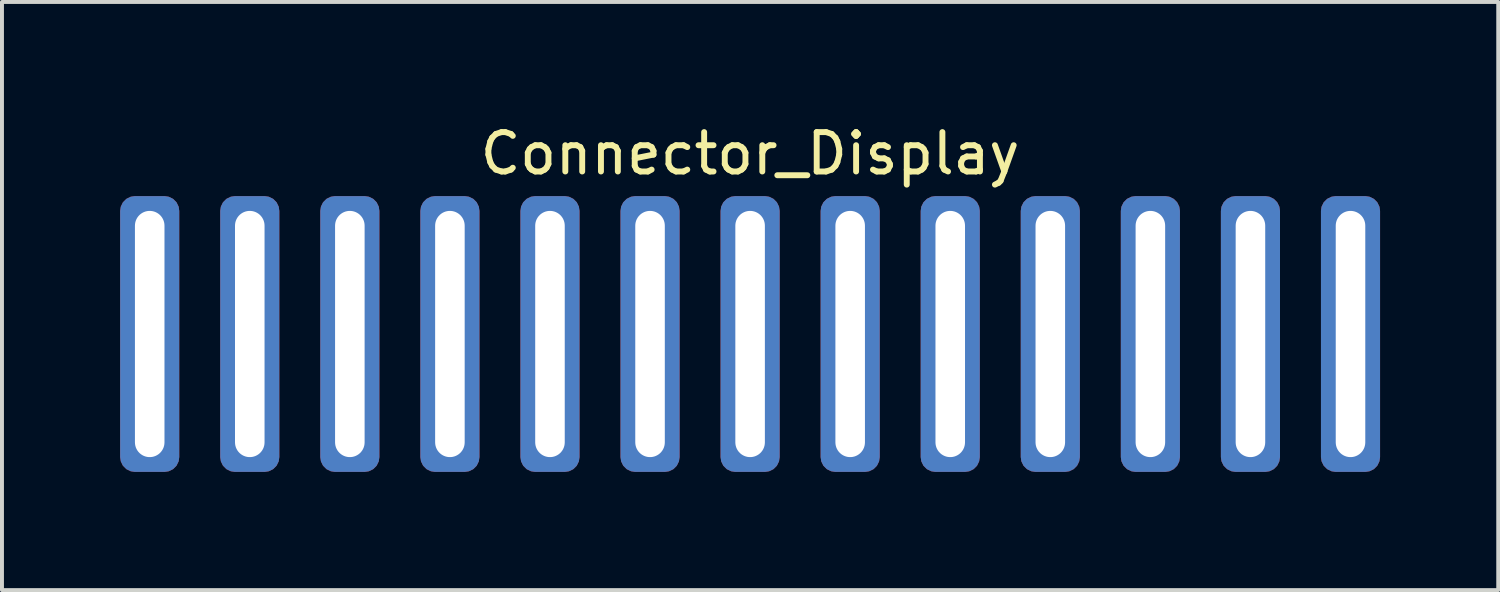
<source format=kicad_pcb>
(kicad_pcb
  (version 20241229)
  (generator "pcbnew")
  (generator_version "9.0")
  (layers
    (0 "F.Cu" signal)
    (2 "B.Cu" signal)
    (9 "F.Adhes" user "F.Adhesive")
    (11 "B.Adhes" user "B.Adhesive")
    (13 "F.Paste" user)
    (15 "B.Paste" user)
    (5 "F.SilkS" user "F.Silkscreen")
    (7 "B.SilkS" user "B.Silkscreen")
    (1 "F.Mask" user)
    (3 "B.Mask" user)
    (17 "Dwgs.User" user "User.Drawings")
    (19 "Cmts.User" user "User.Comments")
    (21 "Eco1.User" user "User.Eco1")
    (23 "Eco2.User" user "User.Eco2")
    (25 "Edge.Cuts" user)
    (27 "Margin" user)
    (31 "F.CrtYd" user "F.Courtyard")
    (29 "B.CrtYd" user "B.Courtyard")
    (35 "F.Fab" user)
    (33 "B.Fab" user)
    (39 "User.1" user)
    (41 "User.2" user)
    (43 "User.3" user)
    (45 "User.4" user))
  (footprint "Connector_Display"
    (layer "F.Cu")
    (at 15.99 5.428)
    (property "Reference" "Connector_Display" (at 0 -4.58 0) (layer "F.SilkS") (effects (font (size 1 1) (thickness 0.15))))
    (attr through_hole)
    (pad "1" thru_hole roundrect (at -15.24 0) (size 1.5 7) (drill oval 0.75 6.25) (layers "*.Cu" "*.Mask") (roundrect_rratio 0.25))
    (pad "2" thru_hole roundrect (at -12.7 0) (size 1.5 7) (drill oval 0.75 6.25) (layers "*.Cu" "*.Mask") (roundrect_rratio 0.25))
    (pad "3" thru_hole roundrect (at -10.16 0) (size 1.5 7) (drill oval 0.75 6.25) (layers "*.Cu" "*.Mask") (roundrect_rratio 0.25))
    (pad "4" thru_hole roundrect (at -7.62 0) (size 1.5 7) (drill oval 0.75 6.25) (layers "*.Cu" "*.Mask") (roundrect_rratio 0.25))
    (pad "5" thru_hole roundrect (at -5.08 0) (size 1.5 7) (drill oval 0.75 6.25) (layers "*.Cu" "*.Mask") (roundrect_rratio 0.25))
    (pad "6" thru_hole roundrect (at -2.54 0) (size 1.5 7) (drill oval 0.75 6.25) (layers "*.Cu" "*.Mask") (roundrect_rratio 0.25))
    (pad "7" thru_hole roundrect (at 0 0) (size 1.5 7) (drill oval 0.75 6.25) (layers "*.Cu" "*.Mask") (roundrect_rratio 0.25))
    (pad "8" thru_hole roundrect (at 2.54 0) (size 1.5 7) (drill oval 0.75 6.25) (layers "*.Cu" "*.Mask") (roundrect_rratio 0.25))
    (pad "9" thru_hole roundrect (at 5.08 0) (size 1.5 7) (drill oval 0.75 6.25) (layers "*.Cu" "*.Mask") (roundrect_rratio 0.25))
    (pad "10" thru_hole roundrect (at 7.62 0) (size 1.5 7) (drill oval 0.75 6.25) (layers "*.Cu" "*.Mask") (roundrect_rratio 0.25))
    (pad "11" thru_hole roundrect (at 10.16 0) (size 1.5 7) (drill oval 0.75 6.25) (layers "*.Cu" "*.Mask") (roundrect_rratio 0.25))
    (pad "12" thru_hole roundrect (at 12.7 0) (size 1.5 7) (drill oval 0.75 6.25) (layers "*.Cu" "*.Mask") (roundrect_rratio 0.25))
    (pad "13" thru_hole roundrect (at 15.24 0) (size 1.5 7) (drill oval 0.75 6.25) (layers "*.Cu" "*.Mask") (roundrect_rratio 0.25)))
  (gr_rect
    (start -3 -3)
    (end 34.98 11.928)
    (stroke (width 0.1) (type default))
    (fill no)
    (layer "Edge.Cuts")))
</source>
